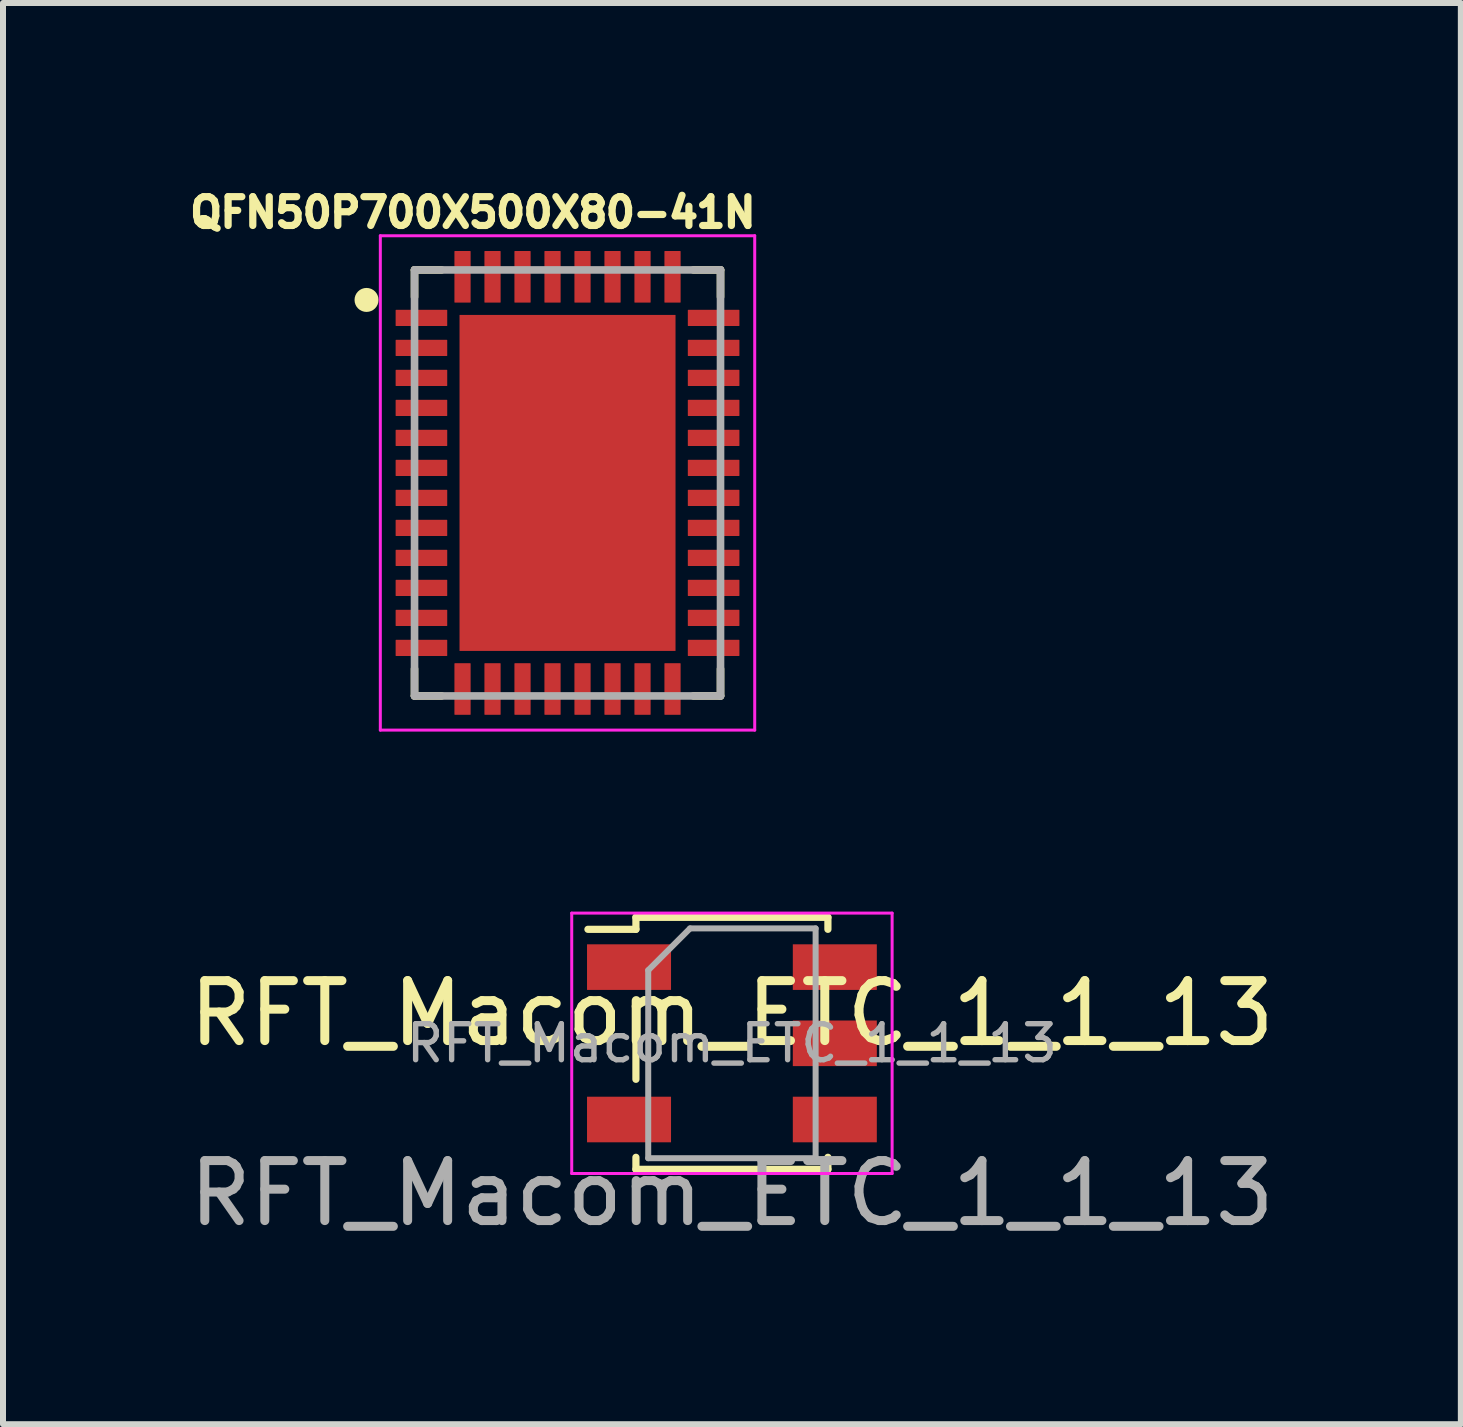
<source format=kicad_pcb>
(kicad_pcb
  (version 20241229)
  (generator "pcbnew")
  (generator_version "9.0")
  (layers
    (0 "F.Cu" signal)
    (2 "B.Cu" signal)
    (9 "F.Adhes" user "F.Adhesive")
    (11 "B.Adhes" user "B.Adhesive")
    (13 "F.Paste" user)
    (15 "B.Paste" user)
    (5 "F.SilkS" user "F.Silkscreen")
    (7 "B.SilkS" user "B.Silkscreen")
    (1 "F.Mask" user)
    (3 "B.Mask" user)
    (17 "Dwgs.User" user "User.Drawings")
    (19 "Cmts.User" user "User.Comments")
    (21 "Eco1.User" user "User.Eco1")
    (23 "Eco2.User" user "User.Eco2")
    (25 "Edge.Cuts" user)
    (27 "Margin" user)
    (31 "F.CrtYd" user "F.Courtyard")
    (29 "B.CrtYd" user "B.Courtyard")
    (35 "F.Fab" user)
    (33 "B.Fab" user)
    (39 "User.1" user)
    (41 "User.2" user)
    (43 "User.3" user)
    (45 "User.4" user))
  (footprint "RFT_Macom_ETC_1_1_13"
    (layer "F.Cu")
    (at 9.149 14.339)
    (property "Reference" "RFT_Macom_ETC_1_1_13" (at 0 -0.5 0) (unlocked yes) (layer "F.SilkS") (effects (font (size 1 1) (thickness 0.15))))
    (fp_line (start -1.6 -2.1) (end -1.6 -1.9) (stroke (width 0.12) (type solid)) (layer "F.SilkS"))
    (fp_line (start -1.6 -1.9) (end -2.4 -1.9) (stroke (width 0.12) (type solid)) (layer "F.SilkS"))
    (fp_line (start -1.6 -0.6) (end -1.6 0.6) (stroke (width 0.12) (type solid)) (layer "F.SilkS"))
    (fp_line (start -1.6 1.9) (end -1.6 2.1) (stroke (width 0.12) (type solid)) (layer "F.SilkS"))
    (fp_line (start -1.6 2.1) (end 1.6 2.1) (stroke (width 0.12) (type solid)) (layer "F.SilkS"))
    (fp_line (start 1.6 -2.1) (end -1.6 -2.1) (stroke (width 0.12) (type solid)) (layer "F.SilkS"))
    (fp_line (start 1.6 -1.9) (end 1.6 -2.1) (stroke (width 0.12) (type solid)) (layer "F.SilkS"))
    (fp_line (start 1.6 2.1) (end 1.6 1.9) (stroke (width 0.12) (type solid)) (layer "F.SilkS"))
    (fp_line (start -2.67 -2.17) (end 2.67 -2.17) (stroke (width 0.05) (type solid)) (layer "F.CrtYd"))
    (fp_line (start -2.67 2.17) (end -2.67 -2.17) (stroke (width 0.05) (type solid)) (layer "F.CrtYd"))
    (fp_line (start 2.67 -2.17) (end 2.67 2.17) (stroke (width 0.05) (type solid)) (layer "F.CrtYd"))
    (fp_line (start 2.67 2.17) (end -2.67 2.17) (stroke (width 0.05) (type solid)) (layer "F.CrtYd"))
    (fp_line (start -1.395 -1.218) (end -0.698 -1.915) (stroke (width 0.1) (type solid)) (layer "F.Fab"))
    (fp_line (start -1.395 1.915) (end -1.395 -1.218) (stroke (width 0.1) (type solid)) (layer "F.Fab"))
    (fp_line (start -0.698 -1.915) (end 1.395 -1.915) (stroke (width 0.1) (type solid)) (layer "F.Fab"))
    (fp_line (start 1.395 -1.915) (end 1.395 1.915) (stroke (width 0.1) (type solid)) (layer "F.Fab"))
    (fp_line (start 1.395 1.915) (end -1.395 1.915) (stroke (width 0.1) (type solid)) (layer "F.Fab"))
    (fp_text user "${REFERENCE}" (at 0 0 0) (layer "F.Fab") (effects (font (size 0.6 0.6) (thickness 0.09))))
    (fp_text user "${REFERENCE}" (at 0 2.5 0) (unlocked yes) (layer "F.Fab") (effects (font (size 1 1) (thickness 0.15))))
    (pad "1" smd rect (at 1.715 -1.27) (size 1.4 0.76) (layers "F.Cu" "F.Mask" "F.Paste"))
    (pad "2" smd rect (at 1.715 0) (size 1.4 0.76) (layers "F.Cu" "F.Mask" "F.Paste"))
    (pad "3" smd rect (at 1.715 1.27) (size 1.4 0.76) (layers "F.Cu" "F.Mask" "F.Paste"))
    (pad "4" smd rect (at -1.715 1.27) (size 1.4 0.76) (layers "F.Cu" "F.Mask" "F.Paste"))
    (pad "5" smd rect (at -1.715 -1.27) (size 1.4 0.76) (layers "F.Cu" "F.Mask" "F.Paste")))
  (footprint "QFN50P700X500X80-41N"
    (layer "F.Cu")
    (at 6.409 4.999)
    (property "Reference" "QFN50P700X500X80-41N" (at -1.577 -4.507 0) (layer "F.SilkS") (effects (font (size 0.48 0.48) (thickness 0.15))))
    (attr smd)
    (fp_line (start -2.55 -3.55) (end -2.55 -3.1) (stroke (width 0.127) (type solid)) (layer "F.SilkS"))
    (fp_line (start -2.55 3.1) (end -2.55 3.55) (stroke (width 0.127) (type solid)) (layer "F.SilkS"))
    (fp_line (start -2.55 3.55) (end -2.1 3.55) (stroke (width 0.127) (type solid)) (layer "F.SilkS"))
    (fp_line (start -2.1 -3.55) (end -2.55 -3.55) (stroke (width 0.127) (type solid)) (layer "F.SilkS"))
    (fp_line (start 2.55 -3.55) (end 2.1 -3.55) (stroke (width 0.127) (type solid)) (layer "F.SilkS"))
    (fp_line (start 2.55 -3.1) (end 2.55 -3.55) (stroke (width 0.127) (type solid)) (layer "F.SilkS"))
    (fp_line (start 2.55 3.1) (end 2.55 3.55) (stroke (width 0.127) (type solid)) (layer "F.SilkS"))
    (fp_line (start 2.55 3.55) (end 2.1 3.55) (stroke (width 0.127) (type solid)) (layer "F.SilkS"))
    (fp_circle (center -3.35 -3.05) (end -3.25 -3.05) (stroke (width 0.2) (type solid)) (fill no) (layer "F.SilkS"))
    (fp_poly (pts (xy -1.771 -1.13) (xy 1.77 -1.13) (xy 1.77 1.131) (xy -1.771 1.131)) (stroke (width 0.01) (type solid)) (fill yes) (layer "F.Paste"))
    (fp_line (start -3.12 -4.12) (end -3.12 4.12) (stroke (width 0.05) (type solid)) (layer "F.CrtYd"))
    (fp_line (start -3.12 4.12) (end 3.12 4.12) (stroke (width 0.05) (type solid)) (layer "F.CrtYd"))
    (fp_line (start 3.12 -4.12) (end -3.12 -4.12) (stroke (width 0.05) (type solid)) (layer "F.CrtYd"))
    (fp_line (start 3.12 4.12) (end 3.12 -4.12) (stroke (width 0.05) (type solid)) (layer "F.CrtYd"))
    (fp_line (start -2.55 -3.55) (end -2.55 3.55) (stroke (width 0.127) (type solid)) (layer "F.Fab"))
    (fp_line (start -2.55 3.55) (end 2.55 3.55) (stroke (width 0.127) (type solid)) (layer "F.Fab"))
    (fp_line (start 2.55 -3.55) (end -2.55 -3.55) (stroke (width 0.127) (type solid)) (layer "F.Fab"))
    (fp_line (start 2.55 3.55) (end 2.55 -3.55) (stroke (width 0.127) (type solid)) (layer "F.Fab"))
    (pad "1" smd roundrect (at -2.435 -2.75 180) (size 0.86 0.27) (layers "F.Cu" "F.Mask" "F.Paste") (roundrect_rratio 0.03))
    (pad "2" smd roundrect (at -2.435 -2.25 180) (size 0.86 0.27) (layers "F.Cu" "F.Mask" "F.Paste") (roundrect_rratio 0.03))
    (pad "3" smd roundrect (at -2.435 -1.75 180) (size 0.86 0.27) (layers "F.Cu" "F.Mask" "F.Paste") (roundrect_rratio 0.03))
    (pad "4" smd roundrect (at -2.435 -1.25 180) (size 0.86 0.27) (layers "F.Cu" "F.Mask" "F.Paste") (roundrect_rratio 0.03))
    (pad "5" smd roundrect (at -2.435 -0.75 180) (size 0.86 0.27) (layers "F.Cu" "F.Mask" "F.Paste") (roundrect_rratio 0.03))
    (pad "6" smd roundrect (at -2.435 -0.25 180) (size 0.86 0.27) (layers "F.Cu" "F.Mask" "F.Paste") (roundrect_rratio 0.03))
    (pad "7" smd roundrect (at -2.435 0.25 180) (size 0.86 0.27) (layers "F.Cu" "F.Mask" "F.Paste") (roundrect_rratio 0.03))
    (pad "8" smd roundrect (at -2.435 0.75 180) (size 0.86 0.27) (layers "F.Cu" "F.Mask" "F.Paste") (roundrect_rratio 0.03))
    (pad "9" smd roundrect (at -2.435 1.25 180) (size 0.86 0.27) (layers "F.Cu" "F.Mask" "F.Paste") (roundrect_rratio 0.03))
    (pad "10" smd roundrect (at -2.435 1.75 180) (size 0.86 0.27) (layers "F.Cu" "F.Mask" "F.Paste") (roundrect_rratio 0.03))
    (pad "11" smd roundrect (at -2.435 2.25 180) (size 0.86 0.27) (layers "F.Cu" "F.Mask" "F.Paste") (roundrect_rratio 0.03))
    (pad "12" smd roundrect (at -2.435 2.75 180) (size 0.86 0.27) (layers "F.Cu" "F.Mask" "F.Paste") (roundrect_rratio 0.03))
    (pad "13" smd roundrect (at -1.75 3.435 270) (size 0.86 0.27) (layers "F.Cu" "F.Mask" "F.Paste") (roundrect_rratio 0.03))
    (pad "14" smd roundrect (at -1.25 3.435 270) (size 0.86 0.27) (layers "F.Cu" "F.Mask" "F.Paste") (roundrect_rratio 0.03))
    (pad "15" smd roundrect (at -0.75 3.435 270) (size 0.86 0.27) (layers "F.Cu" "F.Mask" "F.Paste") (roundrect_rratio 0.03))
    (pad "16" smd roundrect (at -0.25 3.435 270) (size 0.86 0.27) (layers "F.Cu" "F.Mask" "F.Paste") (roundrect_rratio 0.03))
    (pad "17" smd roundrect (at 0.25 3.435 270) (size 0.86 0.27) (layers "F.Cu" "F.Mask" "F.Paste") (roundrect_rratio 0.03))
    (pad "18" smd roundrect (at 0.75 3.435 270) (size 0.86 0.27) (layers "F.Cu" "F.Mask" "F.Paste") (roundrect_rratio 0.03))
    (pad "19" smd roundrect (at 1.25 3.435 270) (size 0.86 0.27) (layers "F.Cu" "F.Mask" "F.Paste") (roundrect_rratio 0.03))
    (pad "20" smd roundrect (at 1.75 3.435 270) (size 0.86 0.27) (layers "F.Cu" "F.Mask" "F.Paste") (roundrect_rratio 0.03))
    (pad "21" smd roundrect (at 2.435 2.75) (size 0.86 0.27) (layers "F.Cu" "F.Mask" "F.Paste") (roundrect_rratio 0.03))
    (pad "22" smd roundrect (at 2.435 2.25) (size 0.86 0.27) (layers "F.Cu" "F.Mask" "F.Paste") (roundrect_rratio 0.03))
    (pad "23" smd roundrect (at 2.435 1.75) (size 0.86 0.27) (layers "F.Cu" "F.Mask" "F.Paste") (roundrect_rratio 0.03))
    (pad "24" smd roundrect (at 2.435 1.25) (size 0.86 0.27) (layers "F.Cu" "F.Mask" "F.Paste") (roundrect_rratio 0.03))
    (pad "25" smd roundrect (at 2.435 0.75) (size 0.86 0.27) (layers "F.Cu" "F.Mask" "F.Paste") (roundrect_rratio 0.03))
    (pad "26" smd roundrect (at 2.435 0.25) (size 0.86 0.27) (layers "F.Cu" "F.Mask" "F.Paste") (roundrect_rratio 0.03))
    (pad "27" smd roundrect (at 2.435 -0.25) (size 0.86 0.27) (layers "F.Cu" "F.Mask" "F.Paste") (roundrect_rratio 0.03))
    (pad "28" smd roundrect (at 2.435 -0.75) (size 0.86 0.27) (layers "F.Cu" "F.Mask" "F.Paste") (roundrect_rratio 0.03))
    (pad "29" smd roundrect (at 2.435 -1.25) (size 0.86 0.27) (layers "F.Cu" "F.Mask" "F.Paste") (roundrect_rratio 0.03))
    (pad "30" smd roundrect (at 2.435 -1.75) (size 0.86 0.27) (layers "F.Cu" "F.Mask" "F.Paste") (roundrect_rratio 0.03))
    (pad "31" smd roundrect (at 2.435 -2.25) (size 0.86 0.27) (layers "F.Cu" "F.Mask" "F.Paste") (roundrect_rratio 0.03))
    (pad "32" smd roundrect (at 2.435 -2.75) (size 0.86 0.27) (layers "F.Cu" "F.Mask" "F.Paste") (roundrect_rratio 0.03))
    (pad "33" smd roundrect (at 1.75 -3.435 90) (size 0.86 0.27) (layers "F.Cu" "F.Mask" "F.Paste") (roundrect_rratio 0.03))
    (pad "34" smd roundrect (at 1.25 -3.435 90) (size 0.86 0.27) (layers "F.Cu" "F.Mask" "F.Paste") (roundrect_rratio 0.03))
    (pad "35" smd roundrect (at 0.75 -3.435 90) (size 0.86 0.27) (layers "F.Cu" "F.Mask" "F.Paste") (roundrect_rratio 0.03))
    (pad "36" smd roundrect (at 0.25 -3.435 90) (size 0.86 0.27) (layers "F.Cu" "F.Mask" "F.Paste") (roundrect_rratio 0.03))
    (pad "37" smd roundrect (at -0.25 -3.435 90) (size 0.86 0.27) (layers "F.Cu" "F.Mask" "F.Paste") (roundrect_rratio 0.03))
    (pad "38" smd roundrect (at -0.75 -3.435 90) (size 0.86 0.27) (layers "F.Cu" "F.Mask" "F.Paste") (roundrect_rratio 0.03))
    (pad "39" smd roundrect (at -1.25 -3.435 90) (size 0.86 0.27) (layers "F.Cu" "F.Mask" "F.Paste") (roundrect_rratio 0.03))
    (pad "40" smd roundrect (at -1.75 -3.435 90) (size 0.86 0.27) (layers "F.Cu" "F.Mask" "F.Paste") (roundrect_rratio 0.03))
    (pad "41" smd rect (at 0 0) (size 3.6 5.6) (layers "F.Cu" "F.Mask")))
  (gr_rect
    (start -3 -3)
    (end 21.298 20.687)
    (stroke (width 0.1) (type default))
    (fill no)
    (layer "Edge.Cuts")))
</source>
